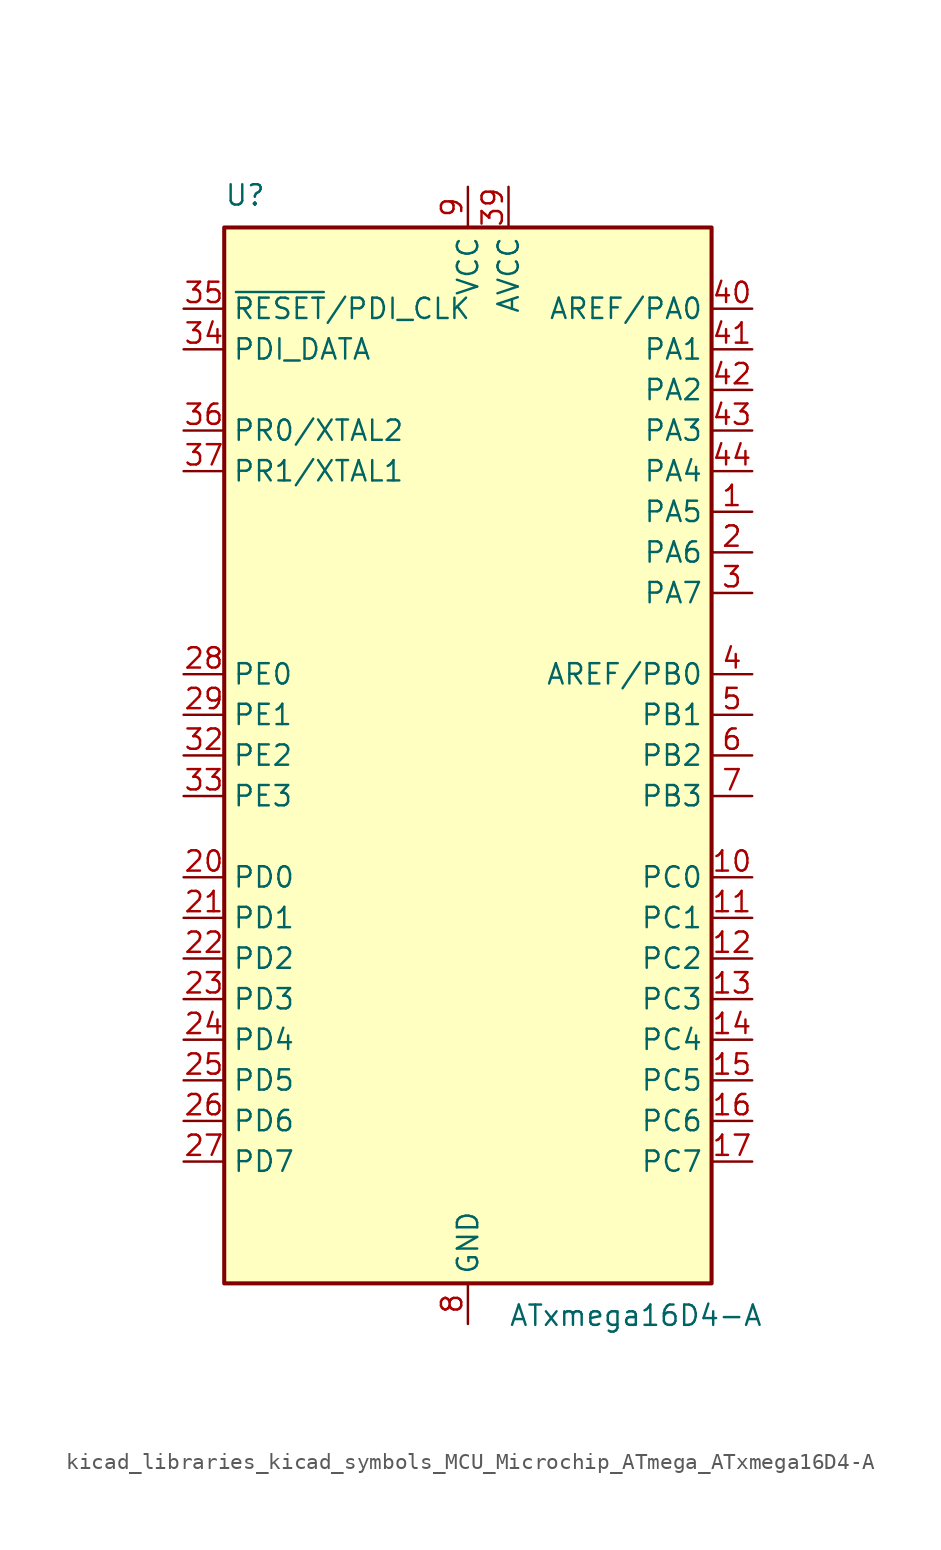
<source format=kicad_sym>
(kicad_symbol_lib
  (version 20220914)
  (generator kicad_symbol_editor)
  (symbol "kicad_libraries_kicad_symbols_MCU_Microchip_ATmega_ATxmega16D4-A"
    (property "Reference" "U"
      (at -15.24 34.29 0)
      (effects (font (size 1.27 1.27)) (justify left bottom)))
    (property "Value" "ATxmega16D4-A"
      (at 2.54 -34.29 0)
      (effects (font (size 1.27 1.27)) (justify left top)))
    (symbol "kicad_libraries_kicad_symbols_MCU_Microchip_ATmega_ATxmega16D4-A_0_1"
      (rectangle (start -15.24 -33.02) (end 15.24 33.02) (stroke (width 0.254) (type default)) (fill (type background))))
    (symbol "kicad_libraries_kicad_symbols_MCU_Microchip_ATmega_ATxmega16D4-A_1_1"
      (pin bidirectional line (at 17.78 15.24 180) (length 2.54) (name "PA5" (effects (font (size 1.27 1.27)))) (number "1" (effects (font (size 1.27 1.27)))))
      (pin bidirectional line (at 17.78 -7.62 180) (length 2.54) (name "PC0" (effects (font (size 1.27 1.27)))) (number "10" (effects (font (size 1.27 1.27)))))
      (pin bidirectional line (at 17.78 -10.16 180) (length 2.54) (name "PC1" (effects (font (size 1.27 1.27)))) (number "11" (effects (font (size 1.27 1.27)))))
      (pin bidirectional line (at 17.78 -12.7 180) (length 2.54) (name "PC2" (effects (font (size 1.27 1.27)))) (number "12" (effects (font (size 1.27 1.27)))))
      (pin bidirectional line (at 17.78 -15.24 180) (length 2.54) (name "PC3" (effects (font (size 1.27 1.27)))) (number "13" (effects (font (size 1.27 1.27)))))
      (pin bidirectional line (at 17.78 -17.78 180) (length 2.54) (name "PC4" (effects (font (size 1.27 1.27)))) (number "14" (effects (font (size 1.27 1.27)))))
      (pin bidirectional line (at 17.78 -20.32 180) (length 2.54) (name "PC5" (effects (font (size 1.27 1.27)))) (number "15" (effects (font (size 1.27 1.27)))))
      (pin bidirectional line (at 17.78 -22.86 180) (length 2.54) (name "PC6" (effects (font (size 1.27 1.27)))) (number "16" (effects (font (size 1.27 1.27)))))
      (pin bidirectional line (at 17.78 -25.4 180) (length 2.54) (name "PC7" (effects (font (size 1.27 1.27)))) (number "17" (effects (font (size 1.27 1.27)))))
      (pin passive line (at 0 -35.56 90) (length 2.54) hide (name "GND" (effects (font (size 1.27 1.27)))) (number "18" (effects (font (size 1.27 1.27)))))
      (pin passive line (at 0 35.56 270) (length 2.54) hide (name "VCC" (effects (font (size 1.27 1.27)))) (number "19" (effects (font (size 1.27 1.27)))))
      (pin bidirectional line (at 17.78 12.7 180) (length 2.54) (name "PA6" (effects (font (size 1.27 1.27)))) (number "2" (effects (font (size 1.27 1.27)))))
      (pin bidirectional line (at -17.78 -7.62 0) (length 2.54) (name "PD0" (effects (font (size 1.27 1.27)))) (number "20" (effects (font (size 1.27 1.27)))))
      (pin bidirectional line (at -17.78 -10.16 0) (length 2.54) (name "PD1" (effects (font (size 1.27 1.27)))) (number "21" (effects (font (size 1.27 1.27)))))
      (pin bidirectional line (at -17.78 -12.7 0) (length 2.54) (name "PD2" (effects (font (size 1.27 1.27)))) (number "22" (effects (font (size 1.27 1.27)))))
      (pin bidirectional line (at -17.78 -15.24 0) (length 2.54) (name "PD3" (effects (font (size 1.27 1.27)))) (number "23" (effects (font (size 1.27 1.27)))))
      (pin bidirectional line (at -17.78 -17.78 0) (length 2.54) (name "PD4" (effects (font (size 1.27 1.27)))) (number "24" (effects (font (size 1.27 1.27)))))
      (pin bidirectional line (at -17.78 -20.32 0) (length 2.54) (name "PD5" (effects (font (size 1.27 1.27)))) (number "25" (effects (font (size 1.27 1.27)))))
      (pin bidirectional line (at -17.78 -22.86 0) (length 2.54) (name "PD6" (effects (font (size 1.27 1.27)))) (number "26" (effects (font (size 1.27 1.27)))))
      (pin bidirectional line (at -17.78 -25.4 0) (length 2.54) (name "PD7" (effects (font (size 1.27 1.27)))) (number "27" (effects (font (size 1.27 1.27)))))
      (pin bidirectional line (at -17.78 5.08 0) (length 2.54) (name "PE0" (effects (font (size 1.27 1.27)))) (number "28" (effects (font (size 1.27 1.27)))))
      (pin bidirectional line (at -17.78 2.54 0) (length 2.54) (name "PE1" (effects (font (size 1.27 1.27)))) (number "29" (effects (font (size 1.27 1.27)))))
      (pin bidirectional line (at 17.78 10.16 180) (length 2.54) (name "PA7" (effects (font (size 1.27 1.27)))) (number "3" (effects (font (size 1.27 1.27)))))
      (pin passive line (at 0 -35.56 90) (length 2.54) hide (name "GND" (effects (font (size 1.27 1.27)))) (number "30" (effects (font (size 1.27 1.27)))))
      (pin passive line (at 0 35.56 270) (length 2.54) hide (name "VCC" (effects (font (size 1.27 1.27)))) (number "31" (effects (font (size 1.27 1.27)))))
      (pin bidirectional line (at -17.78 0 0) (length 2.54) (name "PE2" (effects (font (size 1.27 1.27)))) (number "32" (effects (font (size 1.27 1.27)))))
      (pin bidirectional line (at -17.78 -2.54 0) (length 2.54) (name "PE3" (effects (font (size 1.27 1.27)))) (number "33" (effects (font (size 1.27 1.27)))))
      (pin bidirectional line (at -17.78 25.4 0) (length 2.54) (name "PDI_DATA" (effects (font (size 1.27 1.27)))) (number "34" (effects (font (size 1.27 1.27)))))
      (pin input line (at -17.78 27.94 0) (length 2.54) (name "~{RESET}/PDI_CLK" (effects (font (size 1.27 1.27)))) (number "35" (effects (font (size 1.27 1.27)))))
      (pin bidirectional line (at -17.78 20.32 0) (length 2.54) (name "PR0/XTAL2" (effects (font (size 1.27 1.27)))) (number "36" (effects (font (size 1.27 1.27)))))
      (pin bidirectional line (at -17.78 17.78 0) (length 2.54) (name "PR1/XTAL1" (effects (font (size 1.27 1.27)))) (number "37" (effects (font (size 1.27 1.27)))))
      (pin passive line (at 0 -35.56 90) (length 2.54) hide (name "GND" (effects (font (size 1.27 1.27)))) (number "38" (effects (font (size 1.27 1.27)))))
      (pin power_in line (at 2.54 35.56 270) (length 2.54) (name "AVCC" (effects (font (size 1.27 1.27)))) (number "39" (effects (font (size 1.27 1.27)))))
      (pin bidirectional line (at 17.78 5.08 180) (length 2.54) (name "AREF/PB0" (effects (font (size 1.27 1.27)))) (number "4" (effects (font (size 1.27 1.27)))))
      (pin bidirectional line (at 17.78 27.94 180) (length 2.54) (name "AREF/PA0" (effects (font (size 1.27 1.27)))) (number "40" (effects (font (size 1.27 1.27)))))
      (pin bidirectional line (at 17.78 25.4 180) (length 2.54) (name "PA1" (effects (font (size 1.27 1.27)))) (number "41" (effects (font (size 1.27 1.27)))))
      (pin bidirectional line (at 17.78 22.86 180) (length 2.54) (name "PA2" (effects (font (size 1.27 1.27)))) (number "42" (effects (font (size 1.27 1.27)))))
      (pin bidirectional line (at 17.78 20.32 180) (length 2.54) (name "PA3" (effects (font (size 1.27 1.27)))) (number "43" (effects (font (size 1.27 1.27)))))
      (pin bidirectional line (at 17.78 17.78 180) (length 2.54) (name "PA4" (effects (font (size 1.27 1.27)))) (number "44" (effects (font (size 1.27 1.27)))))
      (pin bidirectional line (at 17.78 2.54 180) (length 2.54) (name "PB1" (effects (font (size 1.27 1.27)))) (number "5" (effects (font (size 1.27 1.27)))))
      (pin bidirectional line (at 17.78 0 180) (length 2.54) (name "PB2" (effects (font (size 1.27 1.27)))) (number "6" (effects (font (size 1.27 1.27)))))
      (pin bidirectional line (at 17.78 -2.54 180) (length 2.54) (name "PB3" (effects (font (size 1.27 1.27)))) (number "7" (effects (font (size 1.27 1.27)))))
      (pin power_in line (at 0 -35.56 90) (length 2.54) (name "GND" (effects (font (size 1.27 1.27)))) (number "8" (effects (font (size 1.27 1.27)))))
      (pin power_in line (at 0 35.56 270) (length 2.54) (name "VCC" (effects (font (size 1.27 1.27)))) (number "9" (effects (font (size 1.27 1.27))))))))
</source>
